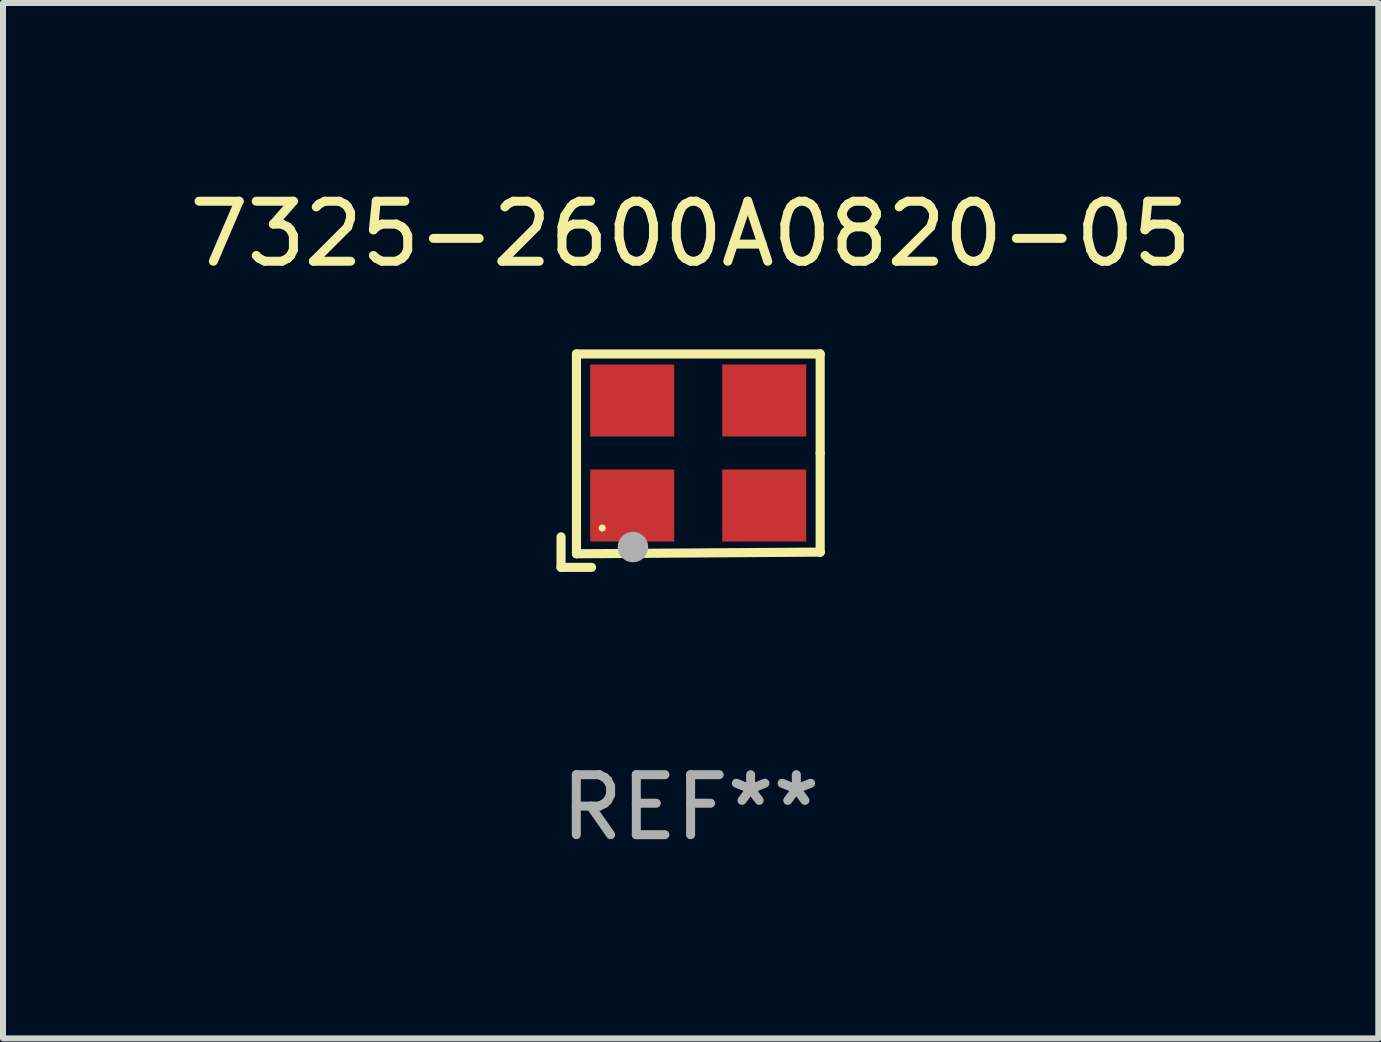
<source format=kicad_pcb>
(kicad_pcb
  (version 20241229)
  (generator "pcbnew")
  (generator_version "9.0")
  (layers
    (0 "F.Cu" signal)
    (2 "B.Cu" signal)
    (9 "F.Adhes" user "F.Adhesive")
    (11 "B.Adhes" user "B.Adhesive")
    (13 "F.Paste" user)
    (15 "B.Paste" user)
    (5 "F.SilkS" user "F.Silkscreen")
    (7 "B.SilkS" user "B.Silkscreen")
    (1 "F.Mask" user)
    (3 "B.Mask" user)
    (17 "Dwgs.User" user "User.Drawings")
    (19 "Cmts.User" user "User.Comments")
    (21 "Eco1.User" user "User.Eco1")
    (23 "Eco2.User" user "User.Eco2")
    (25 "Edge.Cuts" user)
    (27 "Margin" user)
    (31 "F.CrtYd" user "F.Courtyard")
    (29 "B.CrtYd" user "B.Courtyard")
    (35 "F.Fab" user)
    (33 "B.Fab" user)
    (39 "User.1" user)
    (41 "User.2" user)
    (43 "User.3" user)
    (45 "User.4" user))
  (footprint "7325-2600A0820-05"
    (layer "F.Cu")
    (at 8.458 4.626)
    (property "Reference" "7325-2600A0820-05" (at 0 -3.778 0) (layer "F.SilkS") (effects (font (size 1 1) (thickness 0.15))))
    (attr through_hole)
    (fp_line (start -2.159 1.27) (end -2.159 1.778) (stroke (width 0.152) (type solid)) (layer "F.SilkS"))
    (fp_line (start -2.159 1.778) (end -1.651 1.778) (stroke (width 0.152) (type solid)) (layer "F.SilkS"))
    (fp_line (start -1.902 -1.778) (end 2.159 -1.778) (stroke (width 0.152) (type solid)) (layer "F.SilkS"))
    (fp_line (start -1.902 1.552) (end -1.902 -1.778) (stroke (width 0.152) (type solid)) (layer "F.SilkS"))
    (fp_line (start 2.159 -1.778) (end 2.159 -0.127) (stroke (width 0.152) (type solid)) (layer "F.SilkS"))
    (fp_line (start 2.159 -0.127) (end 2.159 1.524) (stroke (width 0.152) (type solid)) (layer "F.SilkS"))
    (fp_line (start 2.159 1.524) (end -1.902 1.552) (stroke (width 0.152) (type solid)) (layer "F.SilkS"))
    (fp_line (start 2.159 1.524) (end 2.159 1.524) (stroke (width 0.152) (type solid)) (layer "F.SilkS"))
    (fp_circle (center -1.473 1.123) (end -1.443 1.123) (stroke (width 0.06) (type solid)) (fill no) (layer "F.SilkS"))
    (fp_circle (center -0.961 1.44) (end -0.834 1.44) (stroke (width 0.254) (type solid)) (fill no) (layer "F.Fab"))
    (fp_text user "REF**" (at 0 5.778 0) (layer "F.Fab") (effects (font (size 1 1) (thickness 0.15))))
    (pad "1" smd rect (at -0.973 0.748) (size 1.4 1.2) (layers "F.Cu" "F.Mask" "F.Paste"))
    (pad "2" smd rect (at 1.227 0.748) (size 1.4 1.2) (layers "F.Cu" "F.Mask" "F.Paste"))
    (pad "3" smd rect (at 1.227 -1.002) (size 1.4 1.2) (layers "F.Cu" "F.Mask" "F.Paste"))
    (pad "4" smd rect (at -0.973 -1.002) (size 1.4 1.2) (layers "F.Cu" "F.Mask" "F.Paste")))
  (gr_rect
    (start -3 -3)
    (end 19.917 14.253)
    (stroke (width 0.1) (type default))
    (fill no)
    (layer "Edge.Cuts")))
</source>
